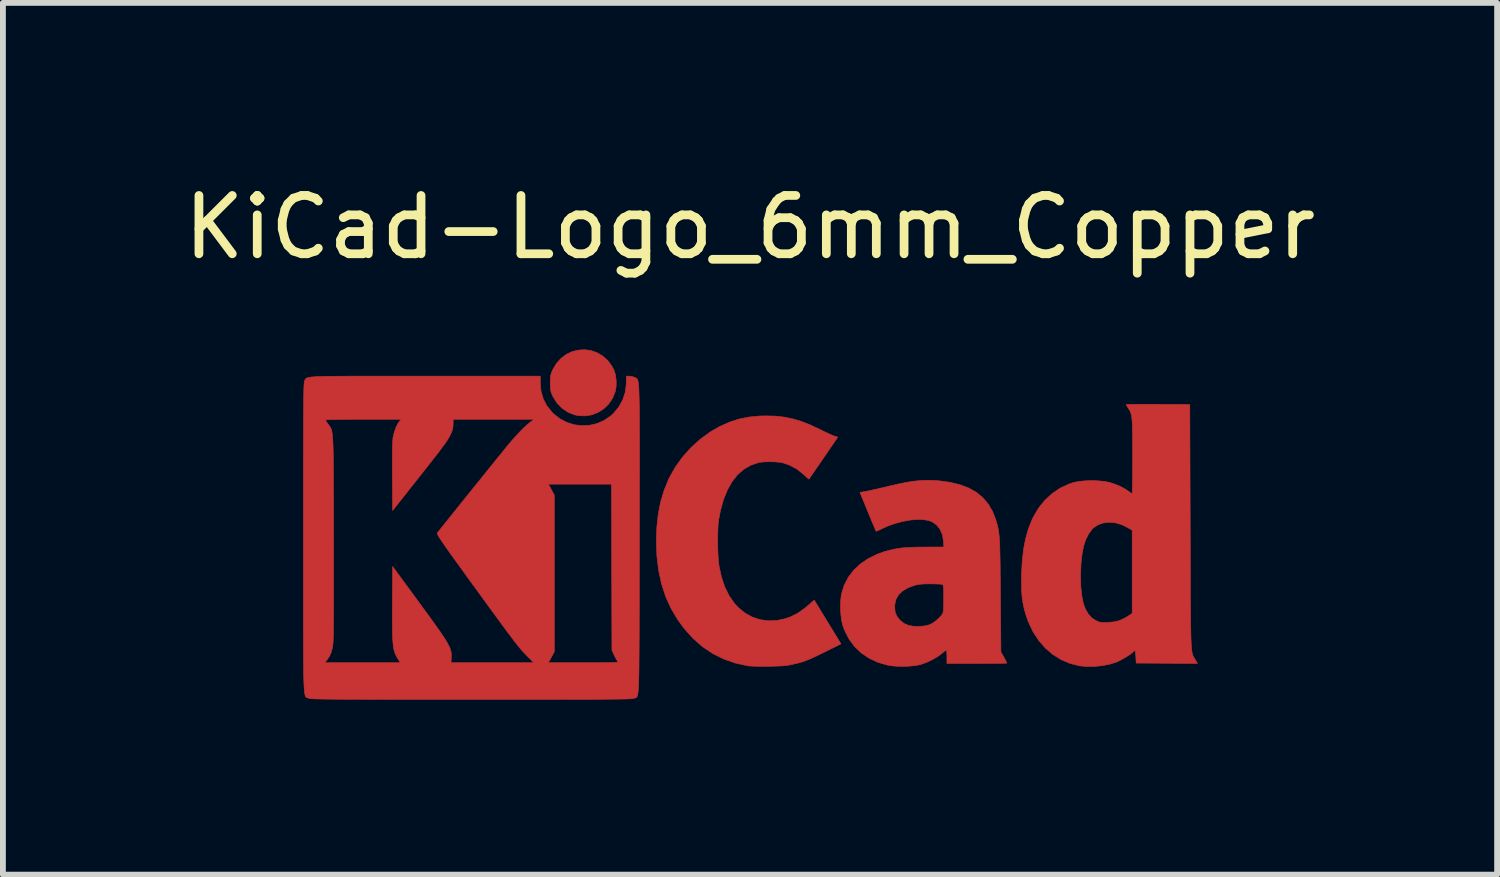
<source format=kicad_pcb>
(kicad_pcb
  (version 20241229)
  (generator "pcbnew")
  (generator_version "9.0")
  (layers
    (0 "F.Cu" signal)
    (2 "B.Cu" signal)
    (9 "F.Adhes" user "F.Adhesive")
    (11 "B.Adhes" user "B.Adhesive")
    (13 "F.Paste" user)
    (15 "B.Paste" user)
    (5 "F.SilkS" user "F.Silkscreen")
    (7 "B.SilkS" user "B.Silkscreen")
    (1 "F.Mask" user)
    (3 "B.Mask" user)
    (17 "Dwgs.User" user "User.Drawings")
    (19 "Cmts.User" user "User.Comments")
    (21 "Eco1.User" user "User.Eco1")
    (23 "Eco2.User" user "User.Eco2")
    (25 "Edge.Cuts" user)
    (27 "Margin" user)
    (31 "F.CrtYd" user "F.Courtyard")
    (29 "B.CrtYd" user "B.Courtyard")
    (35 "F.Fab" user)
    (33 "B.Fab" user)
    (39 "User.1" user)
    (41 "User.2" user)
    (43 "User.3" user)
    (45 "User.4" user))
  (footprint "KiCad-Logo_6mm_Copper"
    (layer "F.Cu")
    (at 9.815 5.928)
    (property "Reference" "KiCad-Logo_6mm_Copper" (at 0 -5.08 0) (layer "F.SilkS") (effects (font (size 1 1) (thickness 0.15))))
    (attr board_only exclude_from_pos_files exclude_from_bom allow_missing_courtyard)
    (fp_poly (pts (xy -2.726 -2.964) (xy -2.623 -2.928) (xy -2.527 -2.871) (xy -2.441 -2.795) (xy -2.369 -2.697) (xy -2.336 -2.636) (xy -2.308 -2.55) (xy -2.295 -2.451) (xy -2.296 -2.35) (xy -2.313 -2.257) (xy -2.359 -2.145) (xy -2.425 -2.047) (xy -2.509 -1.966) (xy -2.606 -1.904) (xy -2.714 -1.862) (xy -2.829 -1.844) (xy -2.948 -1.849) (xy -3.007 -1.862) (xy -3.121 -1.906) (xy -3.222 -1.974) (xy -3.309 -2.063) (xy -3.377 -2.171) (xy -3.383 -2.183) (xy -3.403 -2.227) (xy -3.415 -2.265) (xy -3.422 -2.304) (xy -3.425 -2.355) (xy -3.426 -2.41) (xy -3.425 -2.476) (xy -3.421 -2.523) (xy -3.413 -2.562) (xy -3.399 -2.6) (xy -3.382 -2.639) (xy -3.318 -2.747) (xy -3.238 -2.834) (xy -3.147 -2.901) (xy -3.047 -2.948) (xy -2.941 -2.973) (xy -2.833 -2.979) (xy -2.726 -2.964)) (stroke (width 0.01) (type solid)) (fill yes) (layer "F.Cu"))
    (fp_poly (pts (xy 0.44 -1.84) (xy 0.588 -1.823) (xy 0.731 -1.794) (xy 0.876 -1.751) (xy 1.028 -1.692) (xy 1.192 -1.615) (xy 1.222 -1.6) (xy 1.29 -1.567) (xy 1.354 -1.537) (xy 1.408 -1.513) (xy 1.446 -1.498) (xy 1.451 -1.496) (xy 1.506 -1.48) (xy 1.26 -1.121) (xy 1.2 -1.033) (xy 1.144 -0.953) (xy 1.096 -0.883) (xy 1.057 -0.826) (xy 1.029 -0.785) (xy 1.013 -0.763) (xy 1.011 -0.759) (xy 1 -0.767) (xy 0.975 -0.789) (xy 0.939 -0.823) (xy 0.919 -0.841) (xy 0.806 -0.931) (xy 0.679 -0.999) (xy 0.57 -1.037) (xy 0.504 -1.049) (xy 0.422 -1.056) (xy 0.333 -1.058) (xy 0.247 -1.056) (xy 0.173 -1.048) (xy 0.144 -1.043) (xy 0.011 -0.997) (xy -0.108 -0.927) (xy -0.215 -0.834) (xy -0.308 -0.716) (xy -0.387 -0.575) (xy -0.454 -0.411) (xy -0.506 -0.223) (xy -0.537 -0.062) (xy -0.546 0.009) (xy -0.551 0.101) (xy -0.554 0.207) (xy -0.555 0.32) (xy -0.553 0.435) (xy -0.548 0.544) (xy -0.542 0.64) (xy -0.533 0.718) (xy -0.531 0.73) (xy -0.489 0.923) (xy -0.431 1.094) (xy -0.357 1.243) (xy -0.267 1.372) (xy -0.203 1.442) (xy -0.089 1.536) (xy 0.037 1.606) (xy 0.172 1.651) (xy 0.313 1.671) (xy 0.459 1.666) (xy 0.608 1.634) (xy 0.696 1.603) (xy 0.818 1.542) (xy 0.943 1.453) (xy 1.013 1.393) (xy 1.053 1.358) (xy 1.084 1.332) (xy 1.101 1.32) (xy 1.104 1.32) (xy 1.112 1.332) (xy 1.132 1.366) (xy 1.163 1.416) (xy 1.203 1.482) (xy 1.251 1.56) (xy 1.304 1.647) (xy 1.334 1.696) (xy 1.56 2.067) (xy 1.278 2.207) (xy 1.176 2.257) (xy 1.093 2.296) (xy 1.025 2.327) (xy 0.966 2.351) (xy 0.911 2.371) (xy 0.855 2.388) (xy 0.794 2.403) (xy 0.735 2.417) (xy 0.682 2.428) (xy 0.627 2.437) (xy 0.565 2.443) (xy 0.488 2.447) (xy 0.394 2.45) (xy 0.33 2.451) (xy 0.238 2.452) (xy 0.151 2.451) (xy 0.073 2.45) (xy 0.01 2.447) (xy -0.032 2.444) (xy -0.034 2.443) (xy -0.25 2.396) (xy -0.452 2.326) (xy -0.642 2.231) (xy -0.818 2.112) (xy -0.98 1.969) (xy -1.129 1.803) (xy -1.238 1.654) (xy -1.353 1.461) (xy -1.446 1.256) (xy -1.517 1.038) (xy -1.567 0.807) (xy -1.597 0.56) (xy -1.606 0.309) (xy -1.598 0.066) (xy -1.574 -0.158) (xy -1.533 -0.368) (xy -1.474 -0.565) (xy -1.396 -0.756) (xy -1.387 -0.776) (xy -1.284 -0.96) (xy -1.159 -1.135) (xy -1.013 -1.298) (xy -0.851 -1.445) (xy -0.676 -1.572) (xy -0.514 -1.665) (xy -0.349 -1.738) (xy -0.185 -1.791) (xy -0.013 -1.825) (xy 0.171 -1.842) (xy 0.281 -1.844) (xy 0.44 -1.84)) (stroke (width 0.01) (type solid)) (fill yes) (layer "F.Cu"))
    (fp_poly (pts (xy 6.842 -2.043) (xy 6.959 -2.043) (xy 6.999 -2.042) (xy 7.544 -2.039) (xy 7.551 0.055) (xy 7.552 0.339) (xy 7.553 0.597) (xy 7.554 0.83) (xy 7.555 1.039) (xy 7.555 1.227) (xy 7.556 1.393) (xy 7.557 1.54) (xy 7.559 1.669) (xy 7.56 1.782) (xy 7.562 1.879) (xy 7.564 1.961) (xy 7.567 2.031) (xy 7.57 2.09) (xy 7.574 2.138) (xy 7.578 2.177) (xy 7.582 2.209) (xy 7.588 2.235) (xy 7.594 2.257) (xy 7.601 2.274) (xy 7.609 2.29) (xy 7.618 2.305) (xy 7.627 2.32) (xy 7.638 2.337) (xy 7.64 2.341) (xy 7.676 2.403) (xy 7.15 2.399) (xy 6.625 2.396) (xy 6.618 2.28) (xy 6.614 2.225) (xy 6.61 2.193) (xy 6.605 2.18) (xy 6.597 2.183) (xy 6.59 2.19) (xy 6.561 2.217) (xy 6.514 2.251) (xy 6.456 2.289) (xy 6.392 2.326) (xy 6.33 2.359) (xy 6.283 2.38) (xy 6.171 2.415) (xy 6.044 2.44) (xy 5.909 2.454) (xy 5.777 2.455) (xy 5.656 2.444) (xy 5.654 2.444) (xy 5.49 2.402) (xy 5.335 2.336) (xy 5.193 2.247) (xy 5.065 2.137) (xy 4.951 2.006) (xy 4.854 1.856) (xy 4.775 1.689) (xy 4.731 1.565) (xy 4.703 1.462) (xy 4.682 1.361) (xy 4.667 1.258) (xy 4.659 1.146) (xy 4.656 1.019) (xy 4.658 0.915) (xy 5.671 0.915) (xy 5.675 1.089) (xy 5.691 1.239) (xy 5.716 1.366) (xy 5.754 1.471) (xy 5.803 1.555) (xy 5.864 1.621) (xy 5.934 1.668) (xy 5.971 1.685) (xy 6.003 1.695) (xy 6.038 1.7) (xy 6.086 1.701) (xy 6.137 1.699) (xy 6.238 1.69) (xy 6.318 1.672) (xy 6.343 1.664) (xy 6.4 1.638) (xy 6.461 1.605) (xy 6.487 1.589) (xy 6.556 1.544) (xy 6.556 0.117) (xy 6.48 0.072) (xy 6.375 0.021) (xy 6.268 -0.01) (xy 6.162 -0.019) (xy 6.061 -0.008) (xy 5.97 0.023) (xy 5.893 0.075) (xy 5.868 0.099) (xy 5.808 0.181) (xy 5.759 0.279) (xy 5.721 0.396) (xy 5.695 0.533) (xy 5.678 0.692) (xy 5.671 0.876) (xy 5.671 0.915) (xy 4.658 0.915) (xy 4.658 0.872) (xy 4.67 0.646) (xy 4.693 0.442) (xy 4.729 0.258) (xy 4.777 0.089) (xy 4.839 -0.066) (xy 4.861 -0.112) (xy 4.95 -0.262) (xy 5.058 -0.396) (xy 5.182 -0.51) (xy 5.319 -0.604) (xy 5.468 -0.674) (xy 5.557 -0.703) (xy 5.644 -0.72) (xy 5.749 -0.73) (xy 5.863 -0.734) (xy 5.977 -0.73) (xy 6.083 -0.719) (xy 6.167 -0.703) (xy 6.268 -0.67) (xy 6.366 -0.628) (xy 6.451 -0.58) (xy 6.497 -0.548) (xy 6.528 -0.525) (xy 6.55 -0.51) (xy 6.555 -0.508) (xy 6.557 -0.521) (xy 6.558 -0.559) (xy 6.559 -0.619) (xy 6.561 -0.699) (xy 6.562 -0.795) (xy 6.562 -0.906) (xy 6.563 -1.027) (xy 6.563 -1.151) (xy 6.563 -1.31) (xy 6.562 -1.444) (xy 6.561 -1.555) (xy 6.56 -1.647) (xy 6.557 -1.721) (xy 6.553 -1.781) (xy 6.548 -1.829) (xy 6.54 -1.867) (xy 6.531 -1.898) (xy 6.52 -1.925) (xy 6.507 -1.949) (xy 6.49 -1.975) (xy 6.488 -1.978) (xy 6.467 -2.011) (xy 6.455 -2.034) (xy 6.453 -2.039) (xy 6.466 -2.04) (xy 6.504 -2.041) (xy 6.563 -2.042) (xy 6.642 -2.043) (xy 6.735 -2.043) (xy 6.842 -2.043)) (stroke (width 0.01) (type solid)) (fill yes) (layer "F.Cu"))
    (fp_poly (pts (xy 3.168 -0.736) (xy 3.236 -0.731) (xy 3.43 -0.705) (xy 3.603 -0.663) (xy 3.753 -0.606) (xy 3.884 -0.532) (xy 3.994 -0.441) (xy 4.086 -0.333) (xy 4.16 -0.206) (xy 4.214 -0.069) (xy 4.227 -0.025) (xy 4.239 0.016) (xy 4.249 0.057) (xy 4.258 0.099) (xy 4.266 0.145) (xy 4.272 0.196) (xy 4.277 0.257) (xy 4.281 0.327) (xy 4.285 0.411) (xy 4.287 0.509) (xy 4.29 0.624) (xy 4.292 0.759) (xy 4.293 0.915) (xy 4.295 1.095) (xy 4.296 1.236) (xy 4.304 2.204) (xy 4.356 2.297) (xy 4.38 2.342) (xy 4.398 2.377) (xy 4.407 2.395) (xy 4.407 2.396) (xy 4.394 2.398) (xy 4.356 2.399) (xy 4.297 2.4) (xy 4.22 2.401) (xy 4.127 2.402) (xy 4.021 2.402) (xy 3.906 2.403) (xy 3.892 2.403) (xy 3.378 2.403) (xy 3.378 2.286) (xy 3.377 2.233) (xy 3.374 2.193) (xy 3.371 2.171) (xy 3.369 2.169) (xy 3.356 2.178) (xy 3.328 2.2) (xy 3.291 2.231) (xy 3.29 2.231) (xy 3.224 2.281) (xy 3.14 2.331) (xy 3.048 2.376) (xy 2.957 2.411) (xy 2.918 2.423) (xy 2.838 2.439) (xy 2.741 2.448) (xy 2.635 2.453) (xy 2.528 2.451) (xy 2.43 2.443) (xy 2.362 2.432) (xy 2.194 2.383) (xy 2.042 2.312) (xy 1.909 2.222) (xy 1.794 2.112) (xy 1.699 1.984) (xy 1.625 1.839) (xy 1.592 1.751) (xy 1.572 1.665) (xy 1.559 1.562) (xy 1.553 1.451) (xy 1.553 1.435) (xy 2.482 1.435) (xy 2.489 1.517) (xy 2.515 1.586) (xy 2.562 1.649) (xy 2.581 1.668) (xy 2.645 1.718) (xy 2.72 1.75) (xy 2.81 1.766) (xy 2.904 1.767) (xy 2.994 1.759) (xy 3.062 1.744) (xy 3.092 1.733) (xy 3.145 1.703) (xy 3.202 1.66) (xy 3.254 1.612) (xy 3.293 1.566) (xy 3.303 1.549) (xy 3.311 1.526) (xy 3.317 1.488) (xy 3.32 1.433) (xy 3.322 1.357) (xy 3.323 1.284) (xy 3.322 1.199) (xy 3.321 1.138) (xy 3.319 1.096) (xy 3.315 1.07) (xy 3.309 1.055) (xy 3.301 1.048) (xy 3.299 1.046) (xy 3.276 1.043) (xy 3.233 1.04) (xy 3.173 1.038) (xy 3.104 1.037) (xy 3.089 1.037) (xy 2.997 1.038) (xy 2.925 1.043) (xy 2.869 1.051) (xy 2.822 1.062) (xy 2.706 1.106) (xy 2.615 1.16) (xy 2.548 1.225) (xy 2.504 1.302) (xy 2.484 1.391) (xy 2.482 1.435) (xy 1.553 1.435) (xy 1.554 1.342) (xy 1.564 1.245) (xy 1.571 1.205) (xy 1.617 1.059) (xy 1.687 0.924) (xy 1.78 0.802) (xy 1.895 0.695) (xy 2.03 0.603) (xy 2.183 0.528) (xy 2.313 0.482) (xy 2.401 0.459) (xy 2.484 0.44) (xy 2.569 0.426) (xy 2.661 0.416) (xy 2.765 0.41) (xy 2.888 0.407) (xy 2.998 0.406) (xy 3.326 0.405) (xy 3.319 0.307) (xy 3.302 0.2) (xy 3.264 0.108) (xy 3.207 0.033) (xy 3.134 -0.022) (xy 3.07 -0.048) (xy 2.977 -0.065) (xy 2.867 -0.068) (xy 2.745 -0.057) (xy 2.615 -0.033) (xy 2.483 0.003) (xy 2.354 0.049) (xy 2.261 0.092) (xy 2.216 0.114) (xy 2.181 0.129) (xy 2.164 0.135) (xy 2.163 0.135) (xy 2.157 0.121) (xy 2.142 0.086) (xy 2.119 0.032) (xy 2.09 -0.037) (xy 2.056 -0.118) (xy 2.022 -0.201) (xy 1.886 -0.532) (xy 1.983 -0.548) (xy 2.025 -0.556) (xy 2.088 -0.57) (xy 2.167 -0.587) (xy 2.257 -0.608) (xy 2.351 -0.63) (xy 2.389 -0.64) (xy 2.552 -0.677) (xy 2.694 -0.706) (xy 2.822 -0.725) (xy 2.939 -0.736) (xy 3.053 -0.74) (xy 3.168 -0.736)) (stroke (width 0.01) (type solid)) (fill yes) (layer "F.Cu"))
    (fp_poly (pts (xy -5.956 -2.526) (xy -5.691 -2.526) (xy -5.568 -2.526) (xy -3.597 -2.526) (xy -3.597 -2.41) (xy -3.585 -2.269) (xy -3.547 -2.138) (xy -3.485 -2.018) (xy -3.396 -1.907) (xy -3.366 -1.877) (xy -3.258 -1.793) (xy -3.14 -1.731) (xy -3.013 -1.692) (xy -2.883 -1.676) (xy -2.752 -1.683) (xy -2.625 -1.712) (xy -2.504 -1.765) (xy -2.393 -1.84) (xy -2.343 -1.886) (xy -2.25 -1.997) (xy -2.182 -2.12) (xy -2.139 -2.252) (xy -2.122 -2.392) (xy -2.122 -2.406) (xy -2.121 -2.526) (xy -2.068 -2.526) (xy -2.022 -2.52) (xy -1.979 -2.504) (xy -1.976 -2.503) (xy -1.966 -2.498) (xy -1.957 -2.494) (xy -1.949 -2.49) (xy -1.942 -2.485) (xy -1.935 -2.477) (xy -1.929 -2.467) (xy -1.924 -2.451) (xy -1.919 -2.43) (xy -1.915 -2.402) (xy -1.911 -2.366) (xy -1.908 -2.321) (xy -1.905 -2.266) (xy -1.903 -2.199) (xy -1.901 -2.12) (xy -1.899 -2.027) (xy -1.898 -1.919) (xy -1.897 -1.795) (xy -1.897 -1.654) (xy -1.896 -1.495) (xy -1.896 -1.317) (xy -1.896 -1.118) (xy -1.896 -0.897) (xy -1.897 -0.654) (xy -1.897 -0.386) (xy -1.897 -0.094) (xy -1.898 0.224) (xy -1.898 0.263) (xy -1.898 0.584) (xy -1.899 0.878) (xy -1.899 1.147) (xy -1.899 1.392) (xy -1.9 1.614) (xy -1.9 1.814) (xy -1.901 1.994) (xy -1.902 2.154) (xy -1.903 2.296) (xy -1.904 2.421) (xy -1.905 2.529) (xy -1.907 2.623) (xy -1.909 2.702) (xy -1.911 2.769) (xy -1.914 2.825) (xy -1.918 2.87) (xy -1.921 2.906) (xy -1.926 2.934) (xy -1.931 2.954) (xy -1.936 2.969) (xy -1.942 2.979) (xy -1.949 2.986) (xy -1.956 2.99) (xy -1.965 2.993) (xy -1.974 2.995) (xy -1.983 2.999) (xy -1.986 3) (xy -1.993 3.002) (xy -2.006 3.005) (xy -2.025 3.007) (xy -2.051 3.009) (xy -2.085 3.01) (xy -2.129 3.012) (xy -2.184 3.013) (xy -2.25 3.014) (xy -2.329 3.015) (xy -2.422 3.016) (xy -2.53 3.017) (xy -2.654 3.018) (xy -2.795 3.019) (xy -2.955 3.019) (xy -3.134 3.019) (xy -3.333 3.02) (xy -3.554 3.02) (xy -3.798 3.02) (xy -4.066 3.02) (xy -4.358 3.02) (xy -4.677 3.02) (xy -4.78 3.02) (xy -5.106 3.02) (xy -5.405 3.02) (xy -5.679 3.02) (xy -5.929 3.02) (xy -6.156 3.02) (xy -6.361 3.019) (xy -6.545 3.019) (xy -6.71 3.018) (xy -6.856 3.018) (xy -6.984 3.017) (xy -7.097 3.016) (xy -7.194 3.015) (xy -7.277 3.014) (xy -7.347 3.013) (xy -7.405 3.012) (xy -7.453 3.011) (xy -7.491 3.009) (xy -7.52 3.007) (xy -7.542 3.005) (xy -7.558 3.003) (xy -7.569 3.001) (xy -7.574 2.998) (xy -7.585 2.994) (xy -7.594 2.991) (xy -7.603 2.988) (xy -7.611 2.983) (xy -7.618 2.977) (xy -7.624 2.967) (xy -7.63 2.952) (xy -7.635 2.932) (xy -7.64 2.905) (xy -7.644 2.87) (xy -7.647 2.826) (xy -7.65 2.772) (xy -7.653 2.706) (xy -7.655 2.628) (xy -7.657 2.536) (xy -7.658 2.43) (xy -7.658 2.389) (xy -7.292 2.389) (xy -5.997 2.389) (xy -6.022 2.351) (xy -6.046 2.312) (xy -6.067 2.275) (xy -6.085 2.238) (xy -6.099 2.197) (xy -6.111 2.15) (xy -6.119 2.094) (xy -6.126 2.028) (xy -6.13 1.948) (xy -6.133 1.852) (xy -6.135 1.736) (xy -6.135 1.6) (xy -6.134 1.439) (xy -6.134 1.379) (xy -6.13 0.74) (xy -5.725 1.291) (xy -5.611 1.448) (xy -5.511 1.584) (xy -5.426 1.702) (xy -5.354 1.803) (xy -5.294 1.889) (xy -5.245 1.963) (xy -5.206 2.025) (xy -5.177 2.078) (xy -5.154 2.123) (xy -5.139 2.163) (xy -5.129 2.198) (xy -5.124 2.231) (xy -5.123 2.264) (xy -5.123 2.299) (xy -5.124 2.303) (xy -5.128 2.389) (xy -3.709 2.389) (xy -3.814 2.283) (xy -3.843 2.253) (xy -3.87 2.225) (xy -3.897 2.196) (xy -3.925 2.165) (xy -3.955 2.129) (xy -3.988 2.088) (xy -4.026 2.041) (xy -4.069 1.984) (xy -4.119 1.917) (xy -4.178 1.839) (xy -4.245 1.748) (xy -4.323 1.641) (xy -4.413 1.518) (xy -4.516 1.378) (xy -4.632 1.217) (xy -4.728 1.086) (xy -4.848 0.921) (xy -4.952 0.776) (xy -5.043 0.651) (xy -5.12 0.544) (xy -5.184 0.454) (xy -5.237 0.379) (xy -5.279 0.317) (xy -5.312 0.269) (xy -5.336 0.231) (xy -5.352 0.203) (xy -5.362 0.184) (xy -5.365 0.172) (xy -5.364 0.165) (xy -5.351 0.148) (xy -5.322 0.112) (xy -5.279 0.058) (xy -5.225 -0.01) (xy -5.16 -0.091) (xy -5.086 -0.183) (xy -5.006 -0.283) (xy -4.921 -0.389) (xy -4.832 -0.499) (xy -4.742 -0.611) (xy -4.692 -0.673) (xy -3.459 -0.673) (xy -3.408 -0.58) (xy -3.357 -0.487) (xy -3.357 2.204) (xy -3.408 2.296) (xy -3.459 2.389) (xy -2.853 2.389) (xy -2.709 2.389) (xy -2.589 2.389) (xy -2.493 2.388) (xy -2.417 2.388) (xy -2.359 2.386) (xy -2.317 2.385) (xy -2.289 2.382) (xy -2.273 2.379) (xy -2.266 2.375) (xy -2.265 2.37) (xy -2.269 2.365) (xy -2.27 2.365) (xy -2.287 2.34) (xy -2.31 2.299) (xy -2.33 2.258) (xy -2.368 2.176) (xy -2.376 -0.673) (xy -3.459 -0.673) (xy -4.692 -0.673) (xy -4.651 -0.723) (xy -4.563 -0.832) (xy -4.479 -0.937) (xy -4.4 -1.035) (xy -4.328 -1.124) (xy -4.264 -1.202) (xy -4.212 -1.267) (xy -4.172 -1.317) (xy -4.148 -1.346) (xy -4.056 -1.453) (xy -3.968 -1.55) (xy -3.886 -1.634) (xy -3.814 -1.701) (xy -3.763 -1.741) (xy -3.703 -1.785) (xy -5.092 -1.785) (xy -5.092 -1.703) (xy -5.096 -1.643) (xy -5.11 -1.588) (xy -5.133 -1.535) (xy -5.148 -1.505) (xy -5.163 -1.476) (xy -5.182 -1.445) (xy -5.204 -1.41) (xy -5.232 -1.369) (xy -5.267 -1.322) (xy -5.31 -1.264) (xy -5.362 -1.195) (xy -5.426 -1.113) (xy -5.503 -1.015) (xy -5.593 -0.9) (xy -5.7 -0.765) (xy -5.712 -0.75) (xy -6.13 -0.221) (xy -6.134 -0.807) (xy -6.135 -0.983) (xy -6.135 -1.131) (xy -6.134 -1.254) (xy -6.132 -1.35) (xy -6.128 -1.421) (xy -6.124 -1.467) (xy -6.123 -1.475) (xy -6.101 -1.567) (xy -6.071 -1.649) (xy -6.038 -1.716) (xy -6.018 -1.744) (xy -5.984 -1.785) (xy -6.638 -1.785) (xy -6.794 -1.785) (xy -6.924 -1.784) (xy -7.031 -1.784) (xy -7.116 -1.782) (xy -7.182 -1.781) (xy -7.229 -1.779) (xy -7.26 -1.776) (xy -7.277 -1.773) (xy -7.282 -1.769) (xy -7.282 -1.768) (xy -7.268 -1.747) (xy -7.245 -1.714) (xy -7.233 -1.697) (xy -7.22 -1.68) (xy -7.209 -1.665) (xy -7.199 -1.65) (xy -7.19 -1.635) (xy -7.183 -1.616) (xy -7.176 -1.593) (xy -7.17 -1.565) (xy -7.165 -1.53) (xy -7.161 -1.486) (xy -7.157 -1.432) (xy -7.154 -1.367) (xy -7.151 -1.288) (xy -7.149 -1.196) (xy -7.148 -1.087) (xy -7.147 -0.961) (xy -7.146 -0.816) (xy -7.145 -0.651) (xy -7.144 -0.464) (xy -7.144 -0.253) (xy -7.143 -0.018) (xy -7.143 0.198) (xy -7.142 0.439) (xy -7.142 0.668) (xy -7.142 0.885) (xy -7.142 1.089) (xy -7.142 1.276) (xy -7.143 1.447) (xy -7.144 1.6) (xy -7.145 1.732) (xy -7.146 1.844) (xy -7.148 1.932) (xy -7.149 1.996) (xy -7.151 2.035) (xy -7.151 2.039) (xy -7.163 2.132) (xy -7.182 2.207) (xy -7.211 2.273) (xy -7.253 2.337) (xy -7.258 2.344) (xy -7.292 2.389) (xy -7.658 2.389) (xy -7.659 2.307) (xy -7.66 2.168) (xy -7.66 2.011) (xy -7.661 1.834) (xy -7.661 1.636) (xy -7.661 1.418) (xy -7.661 1.176) (xy -7.661 0.911) (xy -7.661 0.62) (xy -7.661 0.304) (xy -7.661 0.241) (xy -7.661 -0.079) (xy -7.661 -0.372) (xy -7.661 -0.641) (xy -7.661 -0.885) (xy -7.661 -1.106) (xy -7.66 -1.305) (xy -7.66 -1.484) (xy -7.659 -1.643) (xy -7.659 -1.784) (xy -7.658 -1.907) (xy -7.657 -2.015) (xy -7.656 -2.107) (xy -7.655 -2.185) (xy -7.654 -2.25) (xy -7.653 -2.304) (xy -7.651 -2.347) (xy -7.649 -2.381) (xy -7.647 -2.406) (xy -7.645 -2.425) (xy -7.643 -2.437) (xy -7.64 -2.444) (xy -7.64 -2.444) (xy -7.635 -2.455) (xy -7.631 -2.466) (xy -7.626 -2.475) (xy -7.62 -2.483) (xy -7.61 -2.49) (xy -7.596 -2.496) (xy -7.576 -2.502) (xy -7.549 -2.507) (xy -7.514 -2.511) (xy -7.469 -2.515) (xy -7.413 -2.518) (xy -7.345 -2.52) (xy -7.263 -2.522) (xy -7.166 -2.523) (xy -7.052 -2.524) (xy -6.921 -2.525) (xy -6.771 -2.526) (xy -6.601 -2.526) (xy -6.409 -2.526) (xy -6.195 -2.526) (xy -5.956 -2.526)) (stroke (width 0.01) (type solid)) (fill yes) (layer "F.Cu")))
  (gr_rect
    (start -3 -3)
    (end 22.631 11.953)
    (stroke (width 0.1) (type default))
    (fill no)
    (layer "Edge.Cuts")))
</source>
